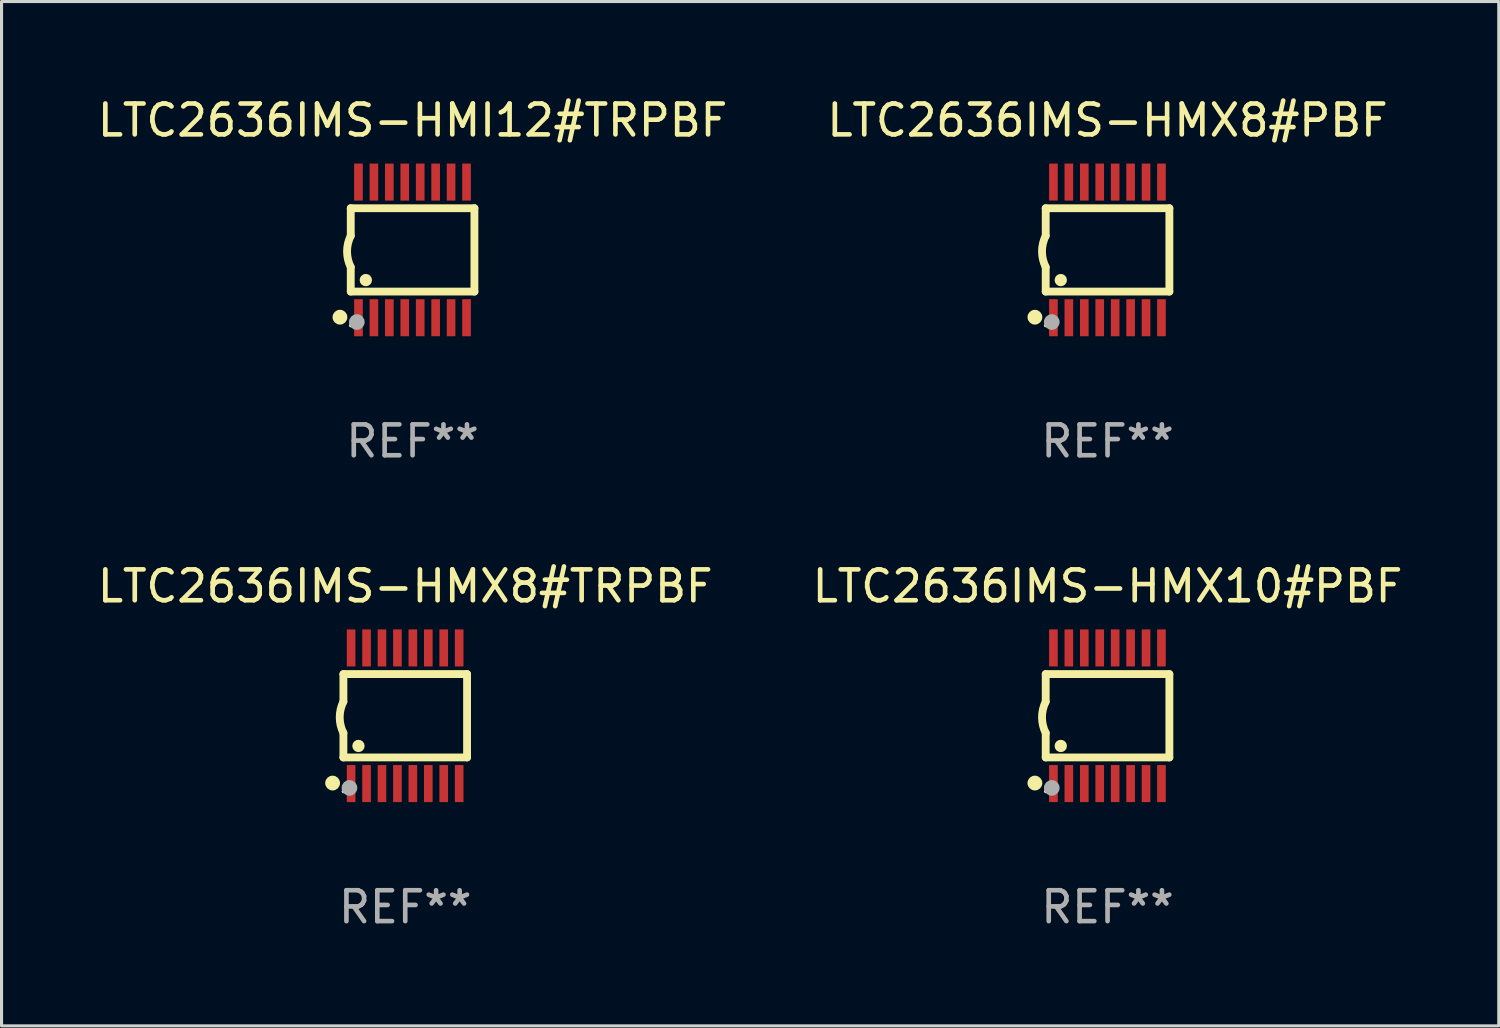
<source format=kicad_pcb>
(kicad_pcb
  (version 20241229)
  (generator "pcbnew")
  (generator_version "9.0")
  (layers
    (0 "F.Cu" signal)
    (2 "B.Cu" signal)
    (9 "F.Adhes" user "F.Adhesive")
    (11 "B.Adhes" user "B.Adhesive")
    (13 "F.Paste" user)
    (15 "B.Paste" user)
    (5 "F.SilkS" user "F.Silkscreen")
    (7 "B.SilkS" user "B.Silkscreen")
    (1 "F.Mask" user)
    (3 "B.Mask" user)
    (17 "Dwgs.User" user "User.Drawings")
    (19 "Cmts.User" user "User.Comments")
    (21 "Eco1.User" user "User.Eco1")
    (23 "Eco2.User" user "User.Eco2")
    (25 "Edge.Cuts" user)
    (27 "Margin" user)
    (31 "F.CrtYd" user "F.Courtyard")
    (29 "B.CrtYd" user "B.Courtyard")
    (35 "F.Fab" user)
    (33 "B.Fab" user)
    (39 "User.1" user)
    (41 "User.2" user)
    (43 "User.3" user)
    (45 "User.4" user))
  (footprint "LTC2636IMS-HMI12#TRPBF"
    (layer "F.Cu")
    (at 10.315 5.045)
    (property "Reference" "LTC2636IMS-HMI12#TRPBF" (at 0 -4.197 0) (layer "F.SilkS") (effects (font (size 1 1) (thickness 0.15))))
    (attr through_hole)
    (fp_line (start -2.003 -1.35) (end -2.003 -0.457) (stroke (width 0.254) (type solid)) (layer "F.SilkS"))
    (fp_line (start -2.003 -1.35) (end 2.003 -1.35) (stroke (width 0.254) (type solid)) (layer "F.SilkS"))
    (fp_line (start -2.003 1.35) (end -2.003 0.559) (stroke (width 0.254) (type solid)) (layer "F.SilkS"))
    (fp_line (start -2.003 1.35) (end 2.003 1.35) (stroke (width 0.254) (type solid)) (layer "F.SilkS"))
    (fp_line (start 2.003 -1.35) (end 2.003 1.35) (stroke (width 0.254) (type solid)) (layer "F.SilkS"))
    (fp_arc (start -2.002286 0.558802) (mid -2.122556 0.05092) (end -2.003302 -0.457201) (stroke (width 0.254001) (type solid)) (layer "F.SilkS"))
    (fp_circle (center -2.353 2.18) (end -2.233 2.18) (stroke (width 0.24) (type solid)) (fill no) (layer "F.SilkS"))
    (fp_circle (center -2.003 2.45) (end -1.973 2.45) (stroke (width 0.06) (type solid)) (fill no) (layer "F.SilkS"))
    (fp_circle (center -1.515 0.978) (end -1.415 0.978) (stroke (width 0.2) (type solid)) (fill no) (layer "F.SilkS"))
    (fp_circle (center -1.807 2.337) (end -1.68 2.337) (stroke (width 0.254) (type solid)) (fill no) (layer "F.Fab"))
    (fp_text user "REF**" (at 0 6.197 0) (layer "F.Fab") (effects (font (size 1 1) (thickness 0.15))))
    (pad "1" smd rect (at -1.753 2.197 90) (size 1.2 0.28) (layers "F.Cu" "F.Mask" "F.Paste"))
    (pad "2" smd rect (at -1.253 2.197 90) (size 1.2 0.28) (layers "F.Cu" "F.Mask" "F.Paste"))
    (pad "3" smd rect (at -0.753 2.197 90) (size 1.2 0.28) (layers "F.Cu" "F.Mask" "F.Paste"))
    (pad "4" smd rect (at -0.253 2.197 90) (size 1.2 0.28) (layers "F.Cu" "F.Mask" "F.Paste"))
    (pad "5" smd rect (at 0.247 2.197 90) (size 1.2 0.28) (layers "F.Cu" "F.Mask" "F.Paste"))
    (pad "6" smd rect (at 0.747 2.197 90) (size 1.2 0.28) (layers "F.Cu" "F.Mask" "F.Paste"))
    (pad "7" smd rect (at 1.247 2.197 90) (size 1.2 0.28) (layers "F.Cu" "F.Mask" "F.Paste"))
    (pad "8" smd rect (at 1.747 2.197 90) (size 1.2 0.28) (layers "F.Cu" "F.Mask" "F.Paste"))
    (pad "9" smd rect (at 1.747 -2.197 90) (size 1.2 0.28) (layers "F.Cu" "F.Mask" "F.Paste"))
    (pad "10" smd rect (at 1.247 -2.197 90) (size 1.2 0.28) (layers "F.Cu" "F.Mask" "F.Paste"))
    (pad "11" smd rect (at 0.747 -2.197 90) (size 1.2 0.28) (layers "F.Cu" "F.Mask" "F.Paste"))
    (pad "12" smd rect (at 0.247 -2.197 90) (size 1.2 0.28) (layers "F.Cu" "F.Mask" "F.Paste"))
    (pad "13" smd rect (at -0.253 -2.197 90) (size 1.2 0.28) (layers "F.Cu" "F.Mask" "F.Paste"))
    (pad "14" smd rect (at -0.753 -2.197 90) (size 1.2 0.28) (layers "F.Cu" "F.Mask" "F.Paste"))
    (pad "15" smd rect (at -1.253 -2.197 90) (size 1.2 0.28) (layers "F.Cu" "F.Mask" "F.Paste"))
    (pad "16" smd rect (at -1.753 -2.197 90) (size 1.2 0.28) (layers "F.Cu" "F.Mask" "F.Paste")))
  (footprint "LTC2636IMS-HMX10#PBF"
    (layer "F.Cu")
    (at 32.827 20.136)
    (property "Reference" "LTC2636IMS-HMX10#PBF" (at 0 -4.197 0) (layer "F.SilkS") (effects (font (size 1 1) (thickness 0.15))))
    (attr through_hole)
    (fp_line (start -2.003 -1.35) (end -2.003 -0.457) (stroke (width 0.254) (type solid)) (layer "F.SilkS"))
    (fp_line (start -2.003 -1.35) (end 2.003 -1.35) (stroke (width 0.254) (type solid)) (layer "F.SilkS"))
    (fp_line (start -2.003 1.35) (end -2.003 0.559) (stroke (width 0.254) (type solid)) (layer "F.SilkS"))
    (fp_line (start -2.003 1.35) (end 2.003 1.35) (stroke (width 0.254) (type solid)) (layer "F.SilkS"))
    (fp_line (start 2.003 -1.35) (end 2.003 1.35) (stroke (width 0.254) (type solid)) (layer "F.SilkS"))
    (fp_arc (start -2.002286 0.558802) (mid -2.122556 0.05092) (end -2.003302 -0.457201) (stroke (width 0.254001) (type solid)) (layer "F.SilkS"))
    (fp_circle (center -2.353 2.18) (end -2.233 2.18) (stroke (width 0.24) (type solid)) (fill no) (layer "F.SilkS"))
    (fp_circle (center -2.003 2.45) (end -1.973 2.45) (stroke (width 0.06) (type solid)) (fill no) (layer "F.SilkS"))
    (fp_circle (center -1.515 0.978) (end -1.415 0.978) (stroke (width 0.2) (type solid)) (fill no) (layer "F.SilkS"))
    (fp_circle (center -1.807 2.337) (end -1.68 2.337) (stroke (width 0.254) (type solid)) (fill no) (layer "F.Fab"))
    (fp_text user "REF**" (at 0 6.197 0) (layer "F.Fab") (effects (font (size 1 1) (thickness 0.15))))
    (pad "1" smd rect (at -1.753 2.197 90) (size 1.2 0.28) (layers "F.Cu" "F.Mask" "F.Paste"))
    (pad "2" smd rect (at -1.253 2.197 90) (size 1.2 0.28) (layers "F.Cu" "F.Mask" "F.Paste"))
    (pad "3" smd rect (at -0.753 2.197 90) (size 1.2 0.28) (layers "F.Cu" "F.Mask" "F.Paste"))
    (pad "4" smd rect (at -0.253 2.197 90) (size 1.2 0.28) (layers "F.Cu" "F.Mask" "F.Paste"))
    (pad "5" smd rect (at 0.247 2.197 90) (size 1.2 0.28) (layers "F.Cu" "F.Mask" "F.Paste"))
    (pad "6" smd rect (at 0.747 2.197 90) (size 1.2 0.28) (layers "F.Cu" "F.Mask" "F.Paste"))
    (pad "7" smd rect (at 1.247 2.197 90) (size 1.2 0.28) (layers "F.Cu" "F.Mask" "F.Paste"))
    (pad "8" smd rect (at 1.747 2.197 90) (size 1.2 0.28) (layers "F.Cu" "F.Mask" "F.Paste"))
    (pad "9" smd rect (at 1.747 -2.197 90) (size 1.2 0.28) (layers "F.Cu" "F.Mask" "F.Paste"))
    (pad "10" smd rect (at 1.247 -2.197 90) (size 1.2 0.28) (layers "F.Cu" "F.Mask" "F.Paste"))
    (pad "11" smd rect (at 0.747 -2.197 90) (size 1.2 0.28) (layers "F.Cu" "F.Mask" "F.Paste"))
    (pad "12" smd rect (at 0.247 -2.197 90) (size 1.2 0.28) (layers "F.Cu" "F.Mask" "F.Paste"))
    (pad "13" smd rect (at -0.253 -2.197 90) (size 1.2 0.28) (layers "F.Cu" "F.Mask" "F.Paste"))
    (pad "14" smd rect (at -0.753 -2.197 90) (size 1.2 0.28) (layers "F.Cu" "F.Mask" "F.Paste"))
    (pad "15" smd rect (at -1.253 -2.197 90) (size 1.2 0.28) (layers "F.Cu" "F.Mask" "F.Paste"))
    (pad "16" smd rect (at -1.753 -2.197 90) (size 1.2 0.28) (layers "F.Cu" "F.Mask" "F.Paste")))
  (footprint "LTC2636IMS-HMX8#TRPBF"
    (layer "F.Cu")
    (at 10.077 20.136)
    (property "Reference" "LTC2636IMS-HMX8#TRPBF" (at 0 -4.197 0) (layer "F.SilkS") (effects (font (size 1 1) (thickness 0.15))))
    (attr through_hole)
    (fp_line (start -2.003 -1.35) (end -2.003 -0.457) (stroke (width 0.254) (type solid)) (layer "F.SilkS"))
    (fp_line (start -2.003 -1.35) (end 2.003 -1.35) (stroke (width 0.254) (type solid)) (layer "F.SilkS"))
    (fp_line (start -2.003 1.35) (end -2.003 0.559) (stroke (width 0.254) (type solid)) (layer "F.SilkS"))
    (fp_line (start -2.003 1.35) (end 2.003 1.35) (stroke (width 0.254) (type solid)) (layer "F.SilkS"))
    (fp_line (start 2.003 -1.35) (end 2.003 1.35) (stroke (width 0.254) (type solid)) (layer "F.SilkS"))
    (fp_arc (start -2.002286 0.558802) (mid -2.122556 0.05092) (end -2.003302 -0.457201) (stroke (width 0.254001) (type solid)) (layer "F.SilkS"))
    (fp_circle (center -2.353 2.18) (end -2.233 2.18) (stroke (width 0.24) (type solid)) (fill no) (layer "F.SilkS"))
    (fp_circle (center -2.003 2.45) (end -1.973 2.45) (stroke (width 0.06) (type solid)) (fill no) (layer "F.SilkS"))
    (fp_circle (center -1.515 0.978) (end -1.415 0.978) (stroke (width 0.2) (type solid)) (fill no) (layer "F.SilkS"))
    (fp_circle (center -1.807 2.337) (end -1.68 2.337) (stroke (width 0.254) (type solid)) (fill no) (layer "F.Fab"))
    (fp_text user "REF**" (at 0 6.197 0) (layer "F.Fab") (effects (font (size 1 1) (thickness 0.15))))
    (pad "1" smd rect (at -1.753 2.197 90) (size 1.2 0.28) (layers "F.Cu" "F.Mask" "F.Paste"))
    (pad "2" smd rect (at -1.253 2.197 90) (size 1.2 0.28) (layers "F.Cu" "F.Mask" "F.Paste"))
    (pad "3" smd rect (at -0.753 2.197 90) (size 1.2 0.28) (layers "F.Cu" "F.Mask" "F.Paste"))
    (pad "4" smd rect (at -0.253 2.197 90) (size 1.2 0.28) (layers "F.Cu" "F.Mask" "F.Paste"))
    (pad "5" smd rect (at 0.247 2.197 90) (size 1.2 0.28) (layers "F.Cu" "F.Mask" "F.Paste"))
    (pad "6" smd rect (at 0.747 2.197 90) (size 1.2 0.28) (layers "F.Cu" "F.Mask" "F.Paste"))
    (pad "7" smd rect (at 1.247 2.197 90) (size 1.2 0.28) (layers "F.Cu" "F.Mask" "F.Paste"))
    (pad "8" smd rect (at 1.747 2.197 90) (size 1.2 0.28) (layers "F.Cu" "F.Mask" "F.Paste"))
    (pad "9" smd rect (at 1.747 -2.197 90) (size 1.2 0.28) (layers "F.Cu" "F.Mask" "F.Paste"))
    (pad "10" smd rect (at 1.247 -2.197 90) (size 1.2 0.28) (layers "F.Cu" "F.Mask" "F.Paste"))
    (pad "11" smd rect (at 0.747 -2.197 90) (size 1.2 0.28) (layers "F.Cu" "F.Mask" "F.Paste"))
    (pad "12" smd rect (at 0.247 -2.197 90) (size 1.2 0.28) (layers "F.Cu" "F.Mask" "F.Paste"))
    (pad "13" smd rect (at -0.253 -2.197 90) (size 1.2 0.28) (layers "F.Cu" "F.Mask" "F.Paste"))
    (pad "14" smd rect (at -0.753 -2.197 90) (size 1.2 0.28) (layers "F.Cu" "F.Mask" "F.Paste"))
    (pad "15" smd rect (at -1.253 -2.197 90) (size 1.2 0.28) (layers "F.Cu" "F.Mask" "F.Paste"))
    (pad "16" smd rect (at -1.753 -2.197 90) (size 1.2 0.28) (layers "F.Cu" "F.Mask" "F.Paste")))
  (footprint "LTC2636IMS-HMX8#PBF"
    (layer "F.Cu")
    (at 32.827 5.045)
    (property "Reference" "LTC2636IMS-HMX8#PBF" (at 0 -4.197 0) (layer "F.SilkS") (effects (font (size 1 1) (thickness 0.15))))
    (attr through_hole)
    (fp_line (start -2.003 -1.35) (end -2.003 -0.457) (stroke (width 0.254) (type solid)) (layer "F.SilkS"))
    (fp_line (start -2.003 -1.35) (end 2.003 -1.35) (stroke (width 0.254) (type solid)) (layer "F.SilkS"))
    (fp_line (start -2.003 1.35) (end -2.003 0.559) (stroke (width 0.254) (type solid)) (layer "F.SilkS"))
    (fp_line (start -2.003 1.35) (end 2.003 1.35) (stroke (width 0.254) (type solid)) (layer "F.SilkS"))
    (fp_line (start 2.003 -1.35) (end 2.003 1.35) (stroke (width 0.254) (type solid)) (layer "F.SilkS"))
    (fp_arc (start -2.002286 0.558802) (mid -2.122556 0.05092) (end -2.003302 -0.457201) (stroke (width 0.254001) (type solid)) (layer "F.SilkS"))
    (fp_circle (center -2.353 2.18) (end -2.233 2.18) (stroke (width 0.24) (type solid)) (fill no) (layer "F.SilkS"))
    (fp_circle (center -2.003 2.45) (end -1.973 2.45) (stroke (width 0.06) (type solid)) (fill no) (layer "F.SilkS"))
    (fp_circle (center -1.515 0.978) (end -1.415 0.978) (stroke (width 0.2) (type solid)) (fill no) (layer "F.SilkS"))
    (fp_circle (center -1.807 2.337) (end -1.68 2.337) (stroke (width 0.254) (type solid)) (fill no) (layer "F.Fab"))
    (fp_text user "REF**" (at 0 6.197 0) (layer "F.Fab") (effects (font (size 1 1) (thickness 0.15))))
    (pad "1" smd rect (at -1.753 2.197 90) (size 1.2 0.28) (layers "F.Cu" "F.Mask" "F.Paste"))
    (pad "2" smd rect (at -1.253 2.197 90) (size 1.2 0.28) (layers "F.Cu" "F.Mask" "F.Paste"))
    (pad "3" smd rect (at -0.753 2.197 90) (size 1.2 0.28) (layers "F.Cu" "F.Mask" "F.Paste"))
    (pad "4" smd rect (at -0.253 2.197 90) (size 1.2 0.28) (layers "F.Cu" "F.Mask" "F.Paste"))
    (pad "5" smd rect (at 0.247 2.197 90) (size 1.2 0.28) (layers "F.Cu" "F.Mask" "F.Paste"))
    (pad "6" smd rect (at 0.747 2.197 90) (size 1.2 0.28) (layers "F.Cu" "F.Mask" "F.Paste"))
    (pad "7" smd rect (at 1.247 2.197 90) (size 1.2 0.28) (layers "F.Cu" "F.Mask" "F.Paste"))
    (pad "8" smd rect (at 1.747 2.197 90) (size 1.2 0.28) (layers "F.Cu" "F.Mask" "F.Paste"))
    (pad "9" smd rect (at 1.747 -2.197 90) (size 1.2 0.28) (layers "F.Cu" "F.Mask" "F.Paste"))
    (pad "10" smd rect (at 1.247 -2.197 90) (size 1.2 0.28) (layers "F.Cu" "F.Mask" "F.Paste"))
    (pad "11" smd rect (at 0.747 -2.197 90) (size 1.2 0.28) (layers "F.Cu" "F.Mask" "F.Paste"))
    (pad "12" smd rect (at 0.247 -2.197 90) (size 1.2 0.28) (layers "F.Cu" "F.Mask" "F.Paste"))
    (pad "13" smd rect (at -0.253 -2.197 90) (size 1.2 0.28) (layers "F.Cu" "F.Mask" "F.Paste"))
    (pad "14" smd rect (at -0.753 -2.197 90) (size 1.2 0.28) (layers "F.Cu" "F.Mask" "F.Paste"))
    (pad "15" smd rect (at -1.253 -2.197 90) (size 1.2 0.28) (layers "F.Cu" "F.Mask" "F.Paste"))
    (pad "16" smd rect (at -1.753 -2.197 90) (size 1.2 0.28) (layers "F.Cu" "F.Mask" "F.Paste")))
  (gr_rect
    (start -3 -3)
    (end 45.5 30.181)
    (stroke (width 0.1) (type default))
    (fill no)
    (layer "Edge.Cuts")))
</source>
